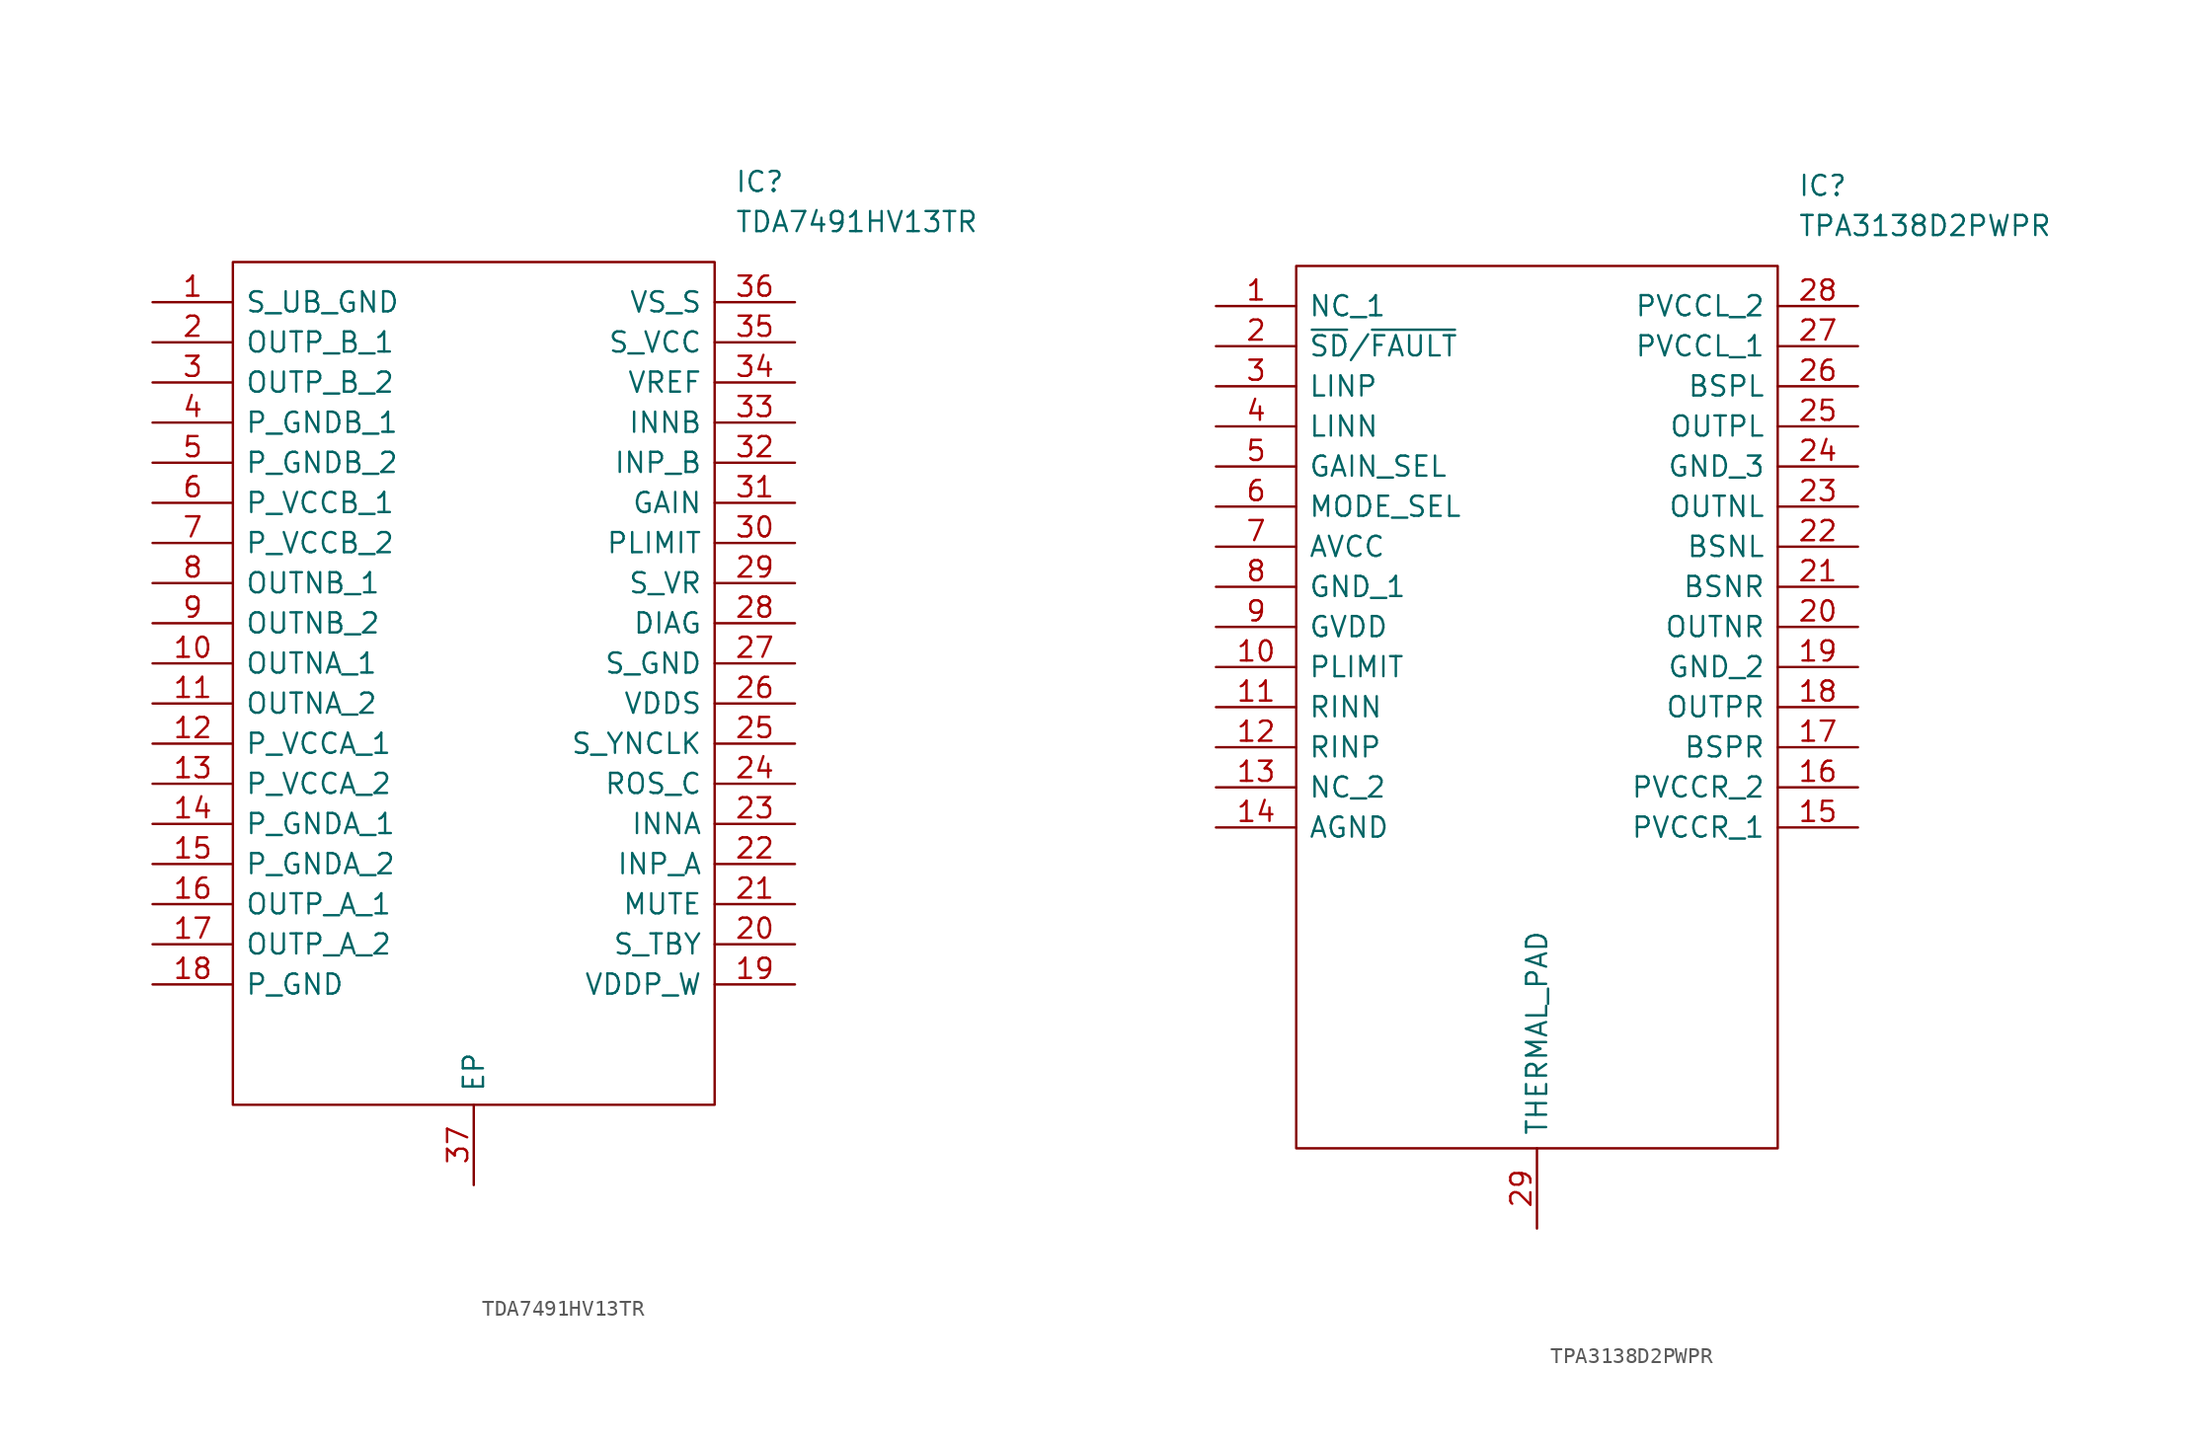
<source format=kicad_sym>
(kicad_symbol_lib
  (version 20211014)
  (generator kicad_symbol_editor)
  (symbol "TDA7491HV13TR"
    (pin_names
      (offset 0.762))
    (property "Reference" "IC"
      (at 36.83 7.62 0)
      (effects (font (size 1.27 1.27)) (justify left)))
    (property "Value" "TDA7491HV13TR"
      (at 36.83 5.08 0)
      (effects (font (size 1.27 1.27)) (justify left)))
    (symbol "TDA7491HV13TR_0_0"
      (pin passive line (at 0 0 0) (length 5.08) (name "S_UB_GND" (effects (font (size 1.27 1.27)))) (number "1" (effects (font (size 1.27 1.27)))))
      (pin passive line (at 0 -22.86 0) (length 5.08) (name "OUTNA_1" (effects (font (size 1.27 1.27)))) (number "10" (effects (font (size 1.27 1.27)))))
      (pin passive line (at 0 -25.4 0) (length 5.08) (name "OUTNA_2" (effects (font (size 1.27 1.27)))) (number "11" (effects (font (size 1.27 1.27)))))
      (pin passive line (at 0 -27.94 0) (length 5.08) (name "P_VCCA_1" (effects (font (size 1.27 1.27)))) (number "12" (effects (font (size 1.27 1.27)))))
      (pin passive line (at 0 -30.48 0) (length 5.08) (name "P_VCCA_2" (effects (font (size 1.27 1.27)))) (number "13" (effects (font (size 1.27 1.27)))))
      (pin passive line (at 0 -33.02 0) (length 5.08) (name "P_GNDA_1" (effects (font (size 1.27 1.27)))) (number "14" (effects (font (size 1.27 1.27)))))
      (pin passive line (at 0 -35.56 0) (length 5.08) (name "P_GNDA_2" (effects (font (size 1.27 1.27)))) (number "15" (effects (font (size 1.27 1.27)))))
      (pin passive line (at 0 -38.1 0) (length 5.08) (name "OUTP_A_1" (effects (font (size 1.27 1.27)))) (number "16" (effects (font (size 1.27 1.27)))))
      (pin passive line (at 0 -40.64 0) (length 5.08) (name "OUTP_A_2" (effects (font (size 1.27 1.27)))) (number "17" (effects (font (size 1.27 1.27)))))
      (pin passive line (at 0 -43.18 0) (length 5.08) (name "P_GND" (effects (font (size 1.27 1.27)))) (number "18" (effects (font (size 1.27 1.27)))))
      (pin passive line (at 40.64 -43.18 180) (length 5.08) (name "VDDP_W" (effects (font (size 1.27 1.27)))) (number "19" (effects (font (size 1.27 1.27)))))
      (pin passive line (at 0 -2.54 0) (length 5.08) (name "OUTP_B_1" (effects (font (size 1.27 1.27)))) (number "2" (effects (font (size 1.27 1.27)))))
      (pin passive line (at 40.64 -40.64 180) (length 5.08) (name "S_TBY" (effects (font (size 1.27 1.27)))) (number "20" (effects (font (size 1.27 1.27)))))
      (pin passive line (at 40.64 -38.1 180) (length 5.08) (name "MUTE" (effects (font (size 1.27 1.27)))) (number "21" (effects (font (size 1.27 1.27)))))
      (pin passive line (at 40.64 -35.56 180) (length 5.08) (name "INP_A" (effects (font (size 1.27 1.27)))) (number "22" (effects (font (size 1.27 1.27)))))
      (pin passive line (at 40.64 -33.02 180) (length 5.08) (name "INNA" (effects (font (size 1.27 1.27)))) (number "23" (effects (font (size 1.27 1.27)))))
      (pin passive line (at 40.64 -30.48 180) (length 5.08) (name "ROS_C" (effects (font (size 1.27 1.27)))) (number "24" (effects (font (size 1.27 1.27)))))
      (pin passive line (at 40.64 -27.94 180) (length 5.08) (name "S_YNCLK" (effects (font (size 1.27 1.27)))) (number "25" (effects (font (size 1.27 1.27)))))
      (pin passive line (at 40.64 -25.4 180) (length 5.08) (name "VDDS" (effects (font (size 1.27 1.27)))) (number "26" (effects (font (size 1.27 1.27)))))
      (pin passive line (at 40.64 -22.86 180) (length 5.08) (name "S_GND" (effects (font (size 1.27 1.27)))) (number "27" (effects (font (size 1.27 1.27)))))
      (pin passive line (at 40.64 -20.32 180) (length 5.08) (name "DIAG" (effects (font (size 1.27 1.27)))) (number "28" (effects (font (size 1.27 1.27)))))
      (pin passive line (at 40.64 -17.78 180) (length 5.08) (name "S_VR" (effects (font (size 1.27 1.27)))) (number "29" (effects (font (size 1.27 1.27)))))
      (pin passive line (at 0 -5.08 0) (length 5.08) (name "OUTP_B_2" (effects (font (size 1.27 1.27)))) (number "3" (effects (font (size 1.27 1.27)))))
      (pin passive line (at 40.64 -15.24 180) (length 5.08) (name "PLIMIT" (effects (font (size 1.27 1.27)))) (number "30" (effects (font (size 1.27 1.27)))))
      (pin passive line (at 40.64 -12.7 180) (length 5.08) (name "GAIN" (effects (font (size 1.27 1.27)))) (number "31" (effects (font (size 1.27 1.27)))))
      (pin passive line (at 40.64 -10.16 180) (length 5.08) (name "INP_B" (effects (font (size 1.27 1.27)))) (number "32" (effects (font (size 1.27 1.27)))))
      (pin passive line (at 40.64 -7.62 180) (length 5.08) (name "INNB" (effects (font (size 1.27 1.27)))) (number "33" (effects (font (size 1.27 1.27)))))
      (pin passive line (at 40.64 -5.08 180) (length 5.08) (name "VREF" (effects (font (size 1.27 1.27)))) (number "34" (effects (font (size 1.27 1.27)))))
      (pin passive line (at 40.64 -2.54 180) (length 5.08) (name "S_VCC" (effects (font (size 1.27 1.27)))) (number "35" (effects (font (size 1.27 1.27)))))
      (pin passive line (at 40.64 0 180) (length 5.08) (name "VS_S" (effects (font (size 1.27 1.27)))) (number "36" (effects (font (size 1.27 1.27)))))
      (pin passive line (at 20.32 -55.88 90) (length 5.08) (name "EP" (effects (font (size 1.27 1.27)))) (number "37" (effects (font (size 1.27 1.27)))))
      (pin passive line (at 0 -7.62 0) (length 5.08) (name "P_GNDB_1" (effects (font (size 1.27 1.27)))) (number "4" (effects (font (size 1.27 1.27)))))
      (pin passive line (at 0 -10.16 0) (length 5.08) (name "P_GNDB_2" (effects (font (size 1.27 1.27)))) (number "5" (effects (font (size 1.27 1.27)))))
      (pin passive line (at 0 -12.7 0) (length 5.08) (name "P_VCCB_1" (effects (font (size 1.27 1.27)))) (number "6" (effects (font (size 1.27 1.27)))))
      (pin passive line (at 0 -15.24 0) (length 5.08) (name "P_VCCB_2" (effects (font (size 1.27 1.27)))) (number "7" (effects (font (size 1.27 1.27)))))
      (pin passive line (at 0 -17.78 0) (length 5.08) (name "OUTNB_1" (effects (font (size 1.27 1.27)))) (number "8" (effects (font (size 1.27 1.27)))))
      (pin passive line (at 0 -20.32 0) (length 5.08) (name "OUTNB_2" (effects (font (size 1.27 1.27)))) (number "9" (effects (font (size 1.27 1.27))))))
    (symbol "TDA7491HV13TR_0_1"
      (polyline (pts (xy 5.08 2.54) (xy 35.56 2.54) (xy 35.56 -50.8) (xy 5.08 -50.8) (xy 5.08 2.54)) (stroke (width 0.152) (type default) (color 0 0 0 0)) (fill (type none)))))
  (symbol "TPA3138D2PWPR"
    (pin_names
      (offset 0.762))
    (property "Reference" "IC"
      (at 36.83 7.62 0)
      (effects (font (size 1.27 1.27)) (justify left)))
    (property "Value" "TPA3138D2PWPR"
      (at 36.83 5.08 0)
      (effects (font (size 1.27 1.27)) (justify left)))
    (symbol "TPA3138D2PWPR_0_0"
      (pin passive line (at 0 0 0) (length 5.08) (name "NC_1" (effects (font (size 1.27 1.27)))) (number "1" (effects (font (size 1.27 1.27)))))
      (pin passive line (at 0 -22.86 0) (length 5.08) (name "PLIMIT" (effects (font (size 1.27 1.27)))) (number "10" (effects (font (size 1.27 1.27)))))
      (pin passive line (at 0 -25.4 0) (length 5.08) (name "RINN" (effects (font (size 1.27 1.27)))) (number "11" (effects (font (size 1.27 1.27)))))
      (pin passive line (at 0 -27.94 0) (length 5.08) (name "RINP" (effects (font (size 1.27 1.27)))) (number "12" (effects (font (size 1.27 1.27)))))
      (pin passive line (at 0 -30.48 0) (length 5.08) (name "NC_2" (effects (font (size 1.27 1.27)))) (number "13" (effects (font (size 1.27 1.27)))))
      (pin passive line (at 0 -33.02 0) (length 5.08) (name "AGND" (effects (font (size 1.27 1.27)))) (number "14" (effects (font (size 1.27 1.27)))))
      (pin passive line (at 40.64 -33.02 180) (length 5.08) (name "PVCCR_1" (effects (font (size 1.27 1.27)))) (number "15" (effects (font (size 1.27 1.27)))))
      (pin passive line (at 40.64 -30.48 180) (length 5.08) (name "PVCCR_2" (effects (font (size 1.27 1.27)))) (number "16" (effects (font (size 1.27 1.27)))))
      (pin passive line (at 40.64 -27.94 180) (length 5.08) (name "BSPR" (effects (font (size 1.27 1.27)))) (number "17" (effects (font (size 1.27 1.27)))))
      (pin passive line (at 40.64 -25.4 180) (length 5.08) (name "OUTPR" (effects (font (size 1.27 1.27)))) (number "18" (effects (font (size 1.27 1.27)))))
      (pin passive line (at 40.64 -22.86 180) (length 5.08) (name "GND_2" (effects (font (size 1.27 1.27)))) (number "19" (effects (font (size 1.27 1.27)))))
      (pin passive line (at 0 -2.54 0) (length 5.08) (name "~{SD}/~{FAULT}" (effects (font (size 1.27 1.27)))) (number "2" (effects (font (size 1.27 1.27)))))
      (pin passive line (at 40.64 -20.32 180) (length 5.08) (name "OUTNR" (effects (font (size 1.27 1.27)))) (number "20" (effects (font (size 1.27 1.27)))))
      (pin passive line (at 40.64 -17.78 180) (length 5.08) (name "BSNR" (effects (font (size 1.27 1.27)))) (number "21" (effects (font (size 1.27 1.27)))))
      (pin passive line (at 40.64 -15.24 180) (length 5.08) (name "BSNL" (effects (font (size 1.27 1.27)))) (number "22" (effects (font (size 1.27 1.27)))))
      (pin passive line (at 40.64 -12.7 180) (length 5.08) (name "OUTNL" (effects (font (size 1.27 1.27)))) (number "23" (effects (font (size 1.27 1.27)))))
      (pin passive line (at 40.64 -10.16 180) (length 5.08) (name "GND_3" (effects (font (size 1.27 1.27)))) (number "24" (effects (font (size 1.27 1.27)))))
      (pin passive line (at 40.64 -7.62 180) (length 5.08) (name "OUTPL" (effects (font (size 1.27 1.27)))) (number "25" (effects (font (size 1.27 1.27)))))
      (pin passive line (at 40.64 -5.08 180) (length 5.08) (name "BSPL" (effects (font (size 1.27 1.27)))) (number "26" (effects (font (size 1.27 1.27)))))
      (pin passive line (at 40.64 -2.54 180) (length 5.08) (name "PVCCL_1" (effects (font (size 1.27 1.27)))) (number "27" (effects (font (size 1.27 1.27)))))
      (pin passive line (at 40.64 0 180) (length 5.08) (name "PVCCL_2" (effects (font (size 1.27 1.27)))) (number "28" (effects (font (size 1.27 1.27)))))
      (pin passive line (at 20.32 -58.42 90) (length 5.08) (name "THERMAL_PAD" (effects (font (size 1.27 1.27)))) (number "29" (effects (font (size 1.27 1.27)))))
      (pin passive line (at 0 -5.08 0) (length 5.08) (name "LINP" (effects (font (size 1.27 1.27)))) (number "3" (effects (font (size 1.27 1.27)))))
      (pin passive line (at 0 -7.62 0) (length 5.08) (name "LINN" (effects (font (size 1.27 1.27)))) (number "4" (effects (font (size 1.27 1.27)))))
      (pin passive line (at 0 -10.16 0) (length 5.08) (name "GAIN_SEL" (effects (font (size 1.27 1.27)))) (number "5" (effects (font (size 1.27 1.27)))))
      (pin passive line (at 0 -12.7 0) (length 5.08) (name "MODE_SEL" (effects (font (size 1.27 1.27)))) (number "6" (effects (font (size 1.27 1.27)))))
      (pin passive line (at 0 -15.24 0) (length 5.08) (name "AVCC" (effects (font (size 1.27 1.27)))) (number "7" (effects (font (size 1.27 1.27)))))
      (pin passive line (at 0 -17.78 0) (length 5.08) (name "GND_1" (effects (font (size 1.27 1.27)))) (number "8" (effects (font (size 1.27 1.27)))))
      (pin passive line (at 0 -20.32 0) (length 5.08) (name "GVDD" (effects (font (size 1.27 1.27)))) (number "9" (effects (font (size 1.27 1.27))))))
    (symbol "TPA3138D2PWPR_0_1"
      (polyline (pts (xy 5.08 2.54) (xy 35.56 2.54) (xy 35.56 -53.34) (xy 5.08 -53.34) (xy 5.08 2.54)) (stroke (width 0.152) (type default) (color 0 0 0 0)) (fill (type none))))))
</source>
